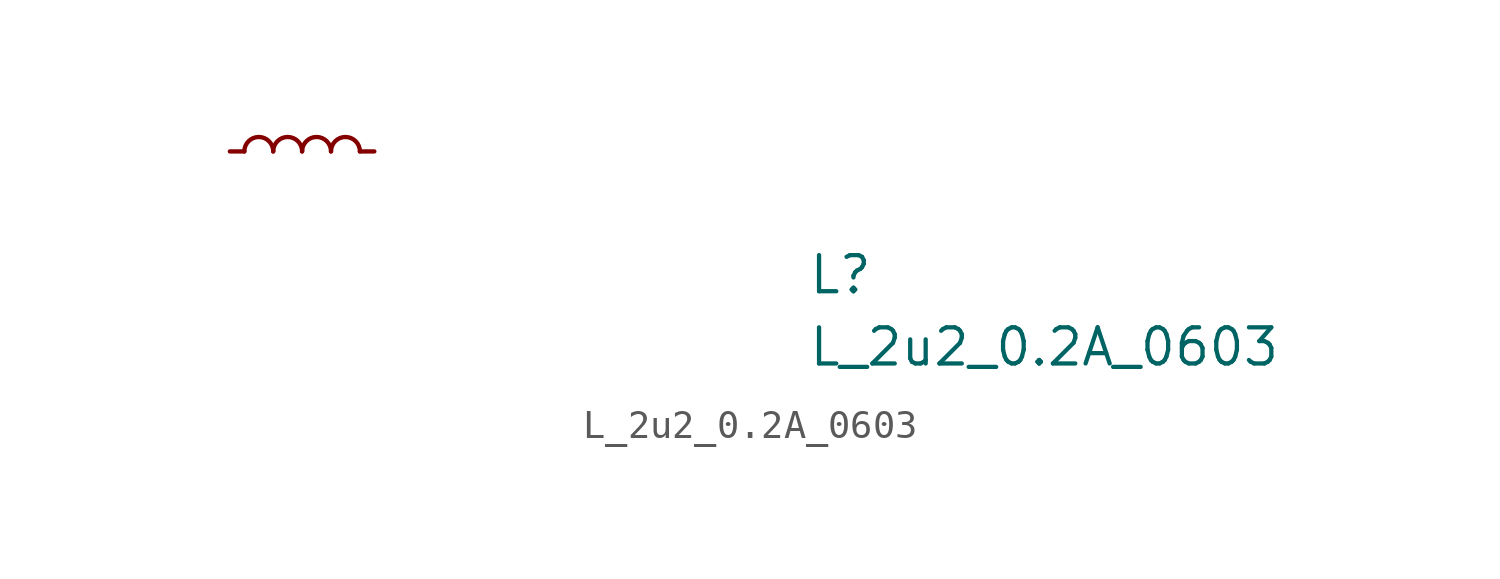
<source format=kicad_sym>
(kicad_symbol_lib
  (version 20211014)
  (generator kicad_symbol_editor)
  (symbol "L_2u2_0.2A_0603"
    (pin_numbers hide)
    (pin_names hide)
    (property "Reference" "L"
      (at 20.32 -5.08 0)
      (effects (font (size 1.27 1.27) (thickness 0.15)) (justify left bottom)))
    (property "Value" "L_2u2_0.2A_0603"
      (at 20.32 -7.62 0)
      (effects (font (size 1.27 1.27) (thickness 0.15)) (justify left bottom)))
    (symbol "L_2u2_0.2A_0603_0_1"
      (arc (start 1.524 0) (mid 1.016 0.508) (end 0.508 0) (stroke (width 0) (type default) (color 0 0 0 0)) (fill (type none)))
      (arc (start 2.54 0) (mid 2.032 0.508) (end 1.524 0) (stroke (width 0) (type default) (color 0 0 0 0)) (fill (type none)))
      (arc (start 3.556 0) (mid 3.048 0.508) (end 2.54 0) (stroke (width 0) (type default) (color 0 0 0 0)) (fill (type none)))
      (arc (start 4.572 0) (mid 4.064 0.508) (end 3.556 0) (stroke (width 0) (type default) (color 0 0 0 0)) (fill (type none))))
    (symbol "L_2u2_0.2A_0603_1_1"
      (pin passive line (at 0 0 0) (length 0.508) (name "~" (effects (font (size 1.27 1.27)))) (number "1" (effects (font (size 1.27 1.27)))))
      (pin passive line (at 5.08 0 180) (length 0.508) (name "~" (effects (font (size 1.27 1.27)))) (number "2" (effects (font (size 1.27 1.27))))))))
</source>
